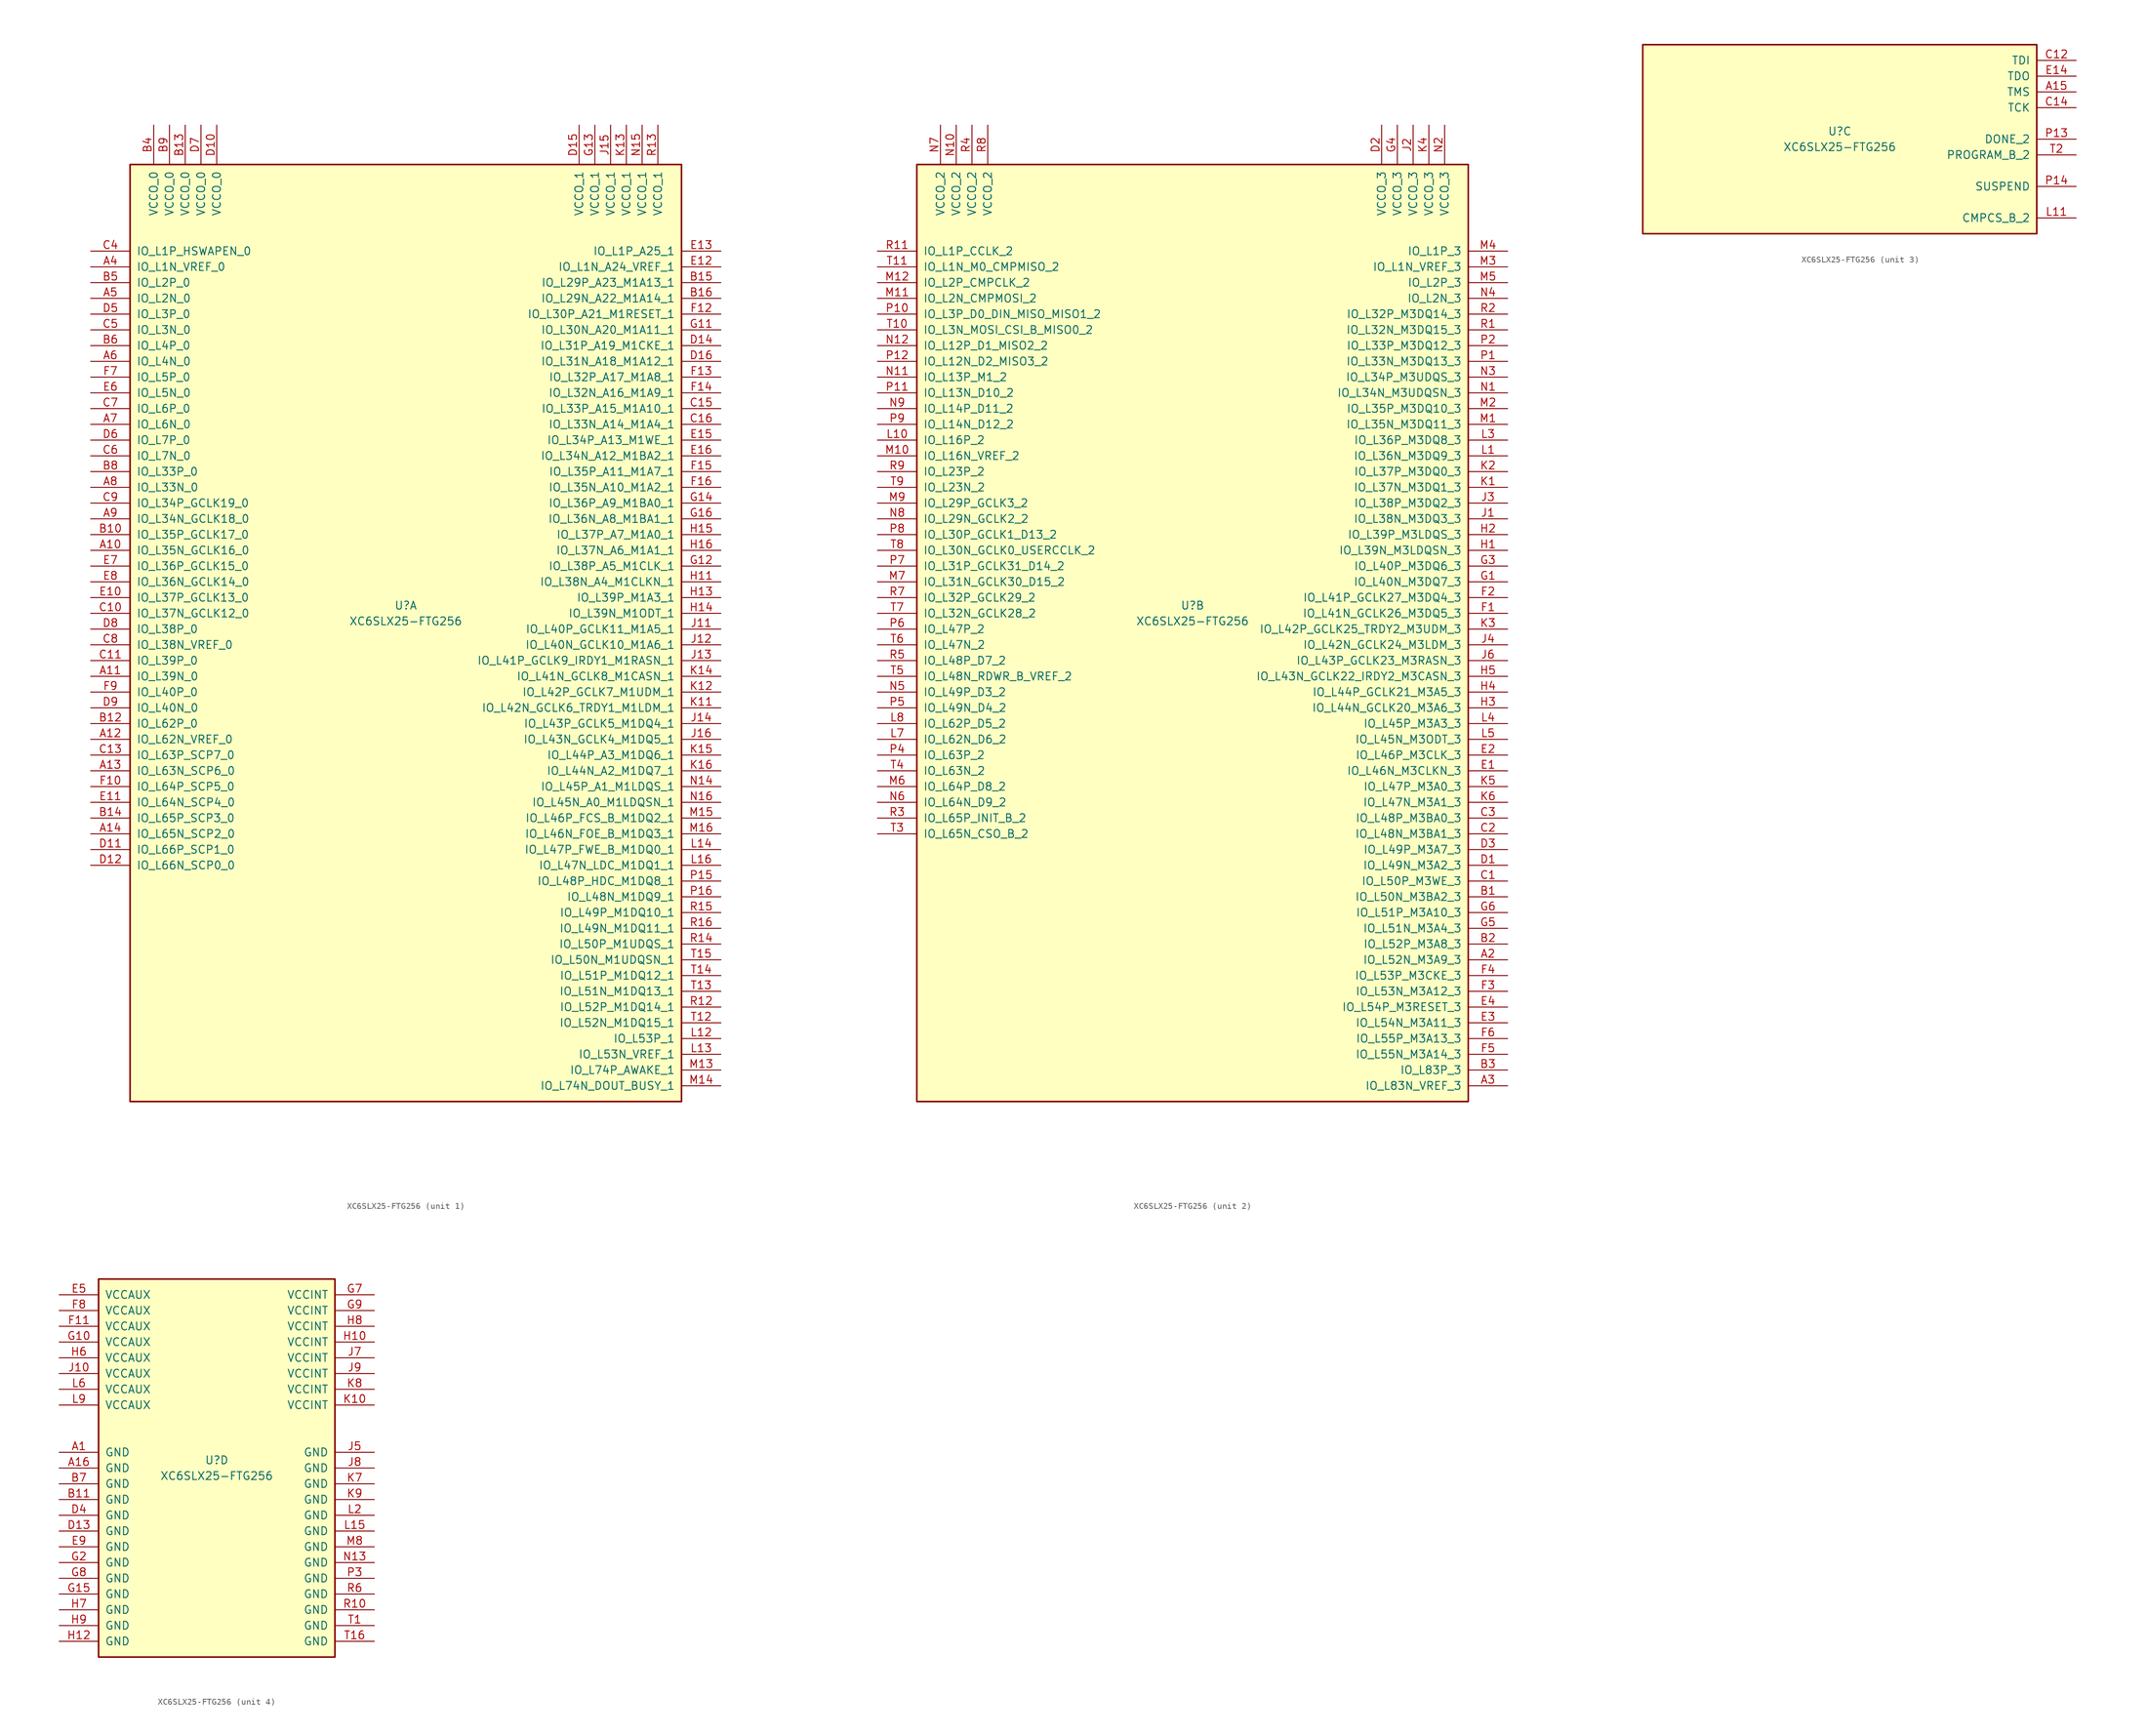
<source format=kicad_sym>
(kicad_symbol_lib
  (version 20220914)
  (generator kicad_symbol_editor)
  (symbol "XC6SLX25-FTG256"
    (pin_names
      (offset 1.016))
    (property "Reference" "U"
      (at 0 1.27 0)
      (effects (font (size 1.27 1.27))))
    (property "Value" "XC6SLX25-FTG256"
      (at 0 -1.27 0)
      (effects (font (size 1.27 1.27))))
    (property "Datasheet" ""
      (at 0 0 0)
      (effects (font (size 1.27 1.27))))
    (property "ki_locked" ""
      (at 0 0 0)
      (effects (font (size 1.27 1.27))))
    (symbol "XC6SLX25-FTG256_1_1"
      (rectangle (start -44.45 72.39) (end 44.45 -78.74) (stroke (width 0.254) (type default)) (fill (type background)))
      (pin bidirectional line (at -50.8 10.16 0) (length 6.35) (name "IO_L35N_GCLK16_0" (effects (font (size 1.27 1.27)))) (number "A10" (effects (font (size 1.27 1.27)))))
      (pin bidirectional line (at -50.8 -10.16 0) (length 6.35) (name "IO_L39N_0" (effects (font (size 1.27 1.27)))) (number "A11" (effects (font (size 1.27 1.27)))))
      (pin bidirectional line (at -50.8 -20.32 0) (length 6.35) (name "IO_L62N_VREF_0" (effects (font (size 1.27 1.27)))) (number "A12" (effects (font (size 1.27 1.27)))))
      (pin bidirectional line (at -50.8 -25.4 0) (length 6.35) (name "IO_L63N_SCP6_0" (effects (font (size 1.27 1.27)))) (number "A13" (effects (font (size 1.27 1.27)))))
      (pin bidirectional line (at -50.8 -35.56 0) (length 6.35) (name "IO_L65N_SCP2_0" (effects (font (size 1.27 1.27)))) (number "A14" (effects (font (size 1.27 1.27)))))
      (pin bidirectional line (at -50.8 55.88 0) (length 6.35) (name "IO_L1N_VREF_0" (effects (font (size 1.27 1.27)))) (number "A4" (effects (font (size 1.27 1.27)))))
      (pin bidirectional line (at -50.8 50.8 0) (length 6.35) (name "IO_L2N_0" (effects (font (size 1.27 1.27)))) (number "A5" (effects (font (size 1.27 1.27)))))
      (pin bidirectional line (at -50.8 40.64 0) (length 6.35) (name "IO_L4N_0" (effects (font (size 1.27 1.27)))) (number "A6" (effects (font (size 1.27 1.27)))))
      (pin bidirectional line (at -50.8 30.48 0) (length 6.35) (name "IO_L6N_0" (effects (font (size 1.27 1.27)))) (number "A7" (effects (font (size 1.27 1.27)))))
      (pin bidirectional line (at -50.8 20.32 0) (length 6.35) (name "IO_L33N_0" (effects (font (size 1.27 1.27)))) (number "A8" (effects (font (size 1.27 1.27)))))
      (pin bidirectional line (at -50.8 15.24 0) (length 6.35) (name "IO_L34N_GCLK18_0" (effects (font (size 1.27 1.27)))) (number "A9" (effects (font (size 1.27 1.27)))))
      (pin bidirectional line (at -50.8 12.7 0) (length 6.35) (name "IO_L35P_GCLK17_0" (effects (font (size 1.27 1.27)))) (number "B10" (effects (font (size 1.27 1.27)))))
      (pin bidirectional line (at -50.8 -17.78 0) (length 6.35) (name "IO_L62P_0" (effects (font (size 1.27 1.27)))) (number "B12" (effects (font (size 1.27 1.27)))))
      (pin power_in line (at -35.56 78.74 270) (length 6.35) (name "VCCO_0" (effects (font (size 1.27 1.27)))) (number "B13" (effects (font (size 1.27 1.27)))))
      (pin bidirectional line (at -50.8 -33.02 0) (length 6.35) (name "IO_L65P_SCP3_0" (effects (font (size 1.27 1.27)))) (number "B14" (effects (font (size 1.27 1.27)))))
      (pin bidirectional line (at 50.8 53.34 180) (length 6.35) (name "IO_L29P_A23_M1A13_1" (effects (font (size 1.27 1.27)))) (number "B15" (effects (font (size 1.27 1.27)))))
      (pin bidirectional line (at 50.8 50.8 180) (length 6.35) (name "IO_L29N_A22_M1A14_1" (effects (font (size 1.27 1.27)))) (number "B16" (effects (font (size 1.27 1.27)))))
      (pin power_in line (at -40.64 78.74 270) (length 6.35) (name "VCCO_0" (effects (font (size 1.27 1.27)))) (number "B4" (effects (font (size 1.27 1.27)))))
      (pin bidirectional line (at -50.8 53.34 0) (length 6.35) (name "IO_L2P_0" (effects (font (size 1.27 1.27)))) (number "B5" (effects (font (size 1.27 1.27)))))
      (pin bidirectional line (at -50.8 43.18 0) (length 6.35) (name "IO_L4P_0" (effects (font (size 1.27 1.27)))) (number "B6" (effects (font (size 1.27 1.27)))))
      (pin bidirectional line (at -50.8 22.86 0) (length 6.35) (name "IO_L33P_0" (effects (font (size 1.27 1.27)))) (number "B8" (effects (font (size 1.27 1.27)))))
      (pin power_in line (at -38.1 78.74 270) (length 6.35) (name "VCCO_0" (effects (font (size 1.27 1.27)))) (number "B9" (effects (font (size 1.27 1.27)))))
      (pin bidirectional line (at -50.8 0 0) (length 6.35) (name "IO_L37N_GCLK12_0" (effects (font (size 1.27 1.27)))) (number "C10" (effects (font (size 1.27 1.27)))))
      (pin bidirectional line (at -50.8 -7.62 0) (length 6.35) (name "IO_L39P_0" (effects (font (size 1.27 1.27)))) (number "C11" (effects (font (size 1.27 1.27)))))
      (pin bidirectional line (at -50.8 -22.86 0) (length 6.35) (name "IO_L63P_SCP7_0" (effects (font (size 1.27 1.27)))) (number "C13" (effects (font (size 1.27 1.27)))))
      (pin bidirectional line (at 50.8 33.02 180) (length 6.35) (name "IO_L33P_A15_M1A10_1" (effects (font (size 1.27 1.27)))) (number "C15" (effects (font (size 1.27 1.27)))))
      (pin bidirectional line (at 50.8 30.48 180) (length 6.35) (name "IO_L33N_A14_M1A4_1" (effects (font (size 1.27 1.27)))) (number "C16" (effects (font (size 1.27 1.27)))))
      (pin bidirectional line (at -50.8 58.42 0) (length 6.35) (name "IO_L1P_HSWAPEN_0" (effects (font (size 1.27 1.27)))) (number "C4" (effects (font (size 1.27 1.27)))))
      (pin bidirectional line (at -50.8 45.72 0) (length 6.35) (name "IO_L3N_0" (effects (font (size 1.27 1.27)))) (number "C5" (effects (font (size 1.27 1.27)))))
      (pin bidirectional line (at -50.8 25.4 0) (length 6.35) (name "IO_L7N_0" (effects (font (size 1.27 1.27)))) (number "C6" (effects (font (size 1.27 1.27)))))
      (pin bidirectional line (at -50.8 33.02 0) (length 6.35) (name "IO_L6P_0" (effects (font (size 1.27 1.27)))) (number "C7" (effects (font (size 1.27 1.27)))))
      (pin bidirectional line (at -50.8 -5.08 0) (length 6.35) (name "IO_L38N_VREF_0" (effects (font (size 1.27 1.27)))) (number "C8" (effects (font (size 1.27 1.27)))))
      (pin bidirectional line (at -50.8 17.78 0) (length 6.35) (name "IO_L34P_GCLK19_0" (effects (font (size 1.27 1.27)))) (number "C9" (effects (font (size 1.27 1.27)))))
      (pin power_in line (at -30.48 78.74 270) (length 6.35) (name "VCCO_0" (effects (font (size 1.27 1.27)))) (number "D10" (effects (font (size 1.27 1.27)))))
      (pin bidirectional line (at -50.8 -38.1 0) (length 6.35) (name "IO_L66P_SCP1_0" (effects (font (size 1.27 1.27)))) (number "D11" (effects (font (size 1.27 1.27)))))
      (pin bidirectional line (at -50.8 -40.64 0) (length 6.35) (name "IO_L66N_SCP0_0" (effects (font (size 1.27 1.27)))) (number "D12" (effects (font (size 1.27 1.27)))))
      (pin bidirectional line (at 50.8 43.18 180) (length 6.35) (name "IO_L31P_A19_M1CKE_1" (effects (font (size 1.27 1.27)))) (number "D14" (effects (font (size 1.27 1.27)))))
      (pin power_in line (at 27.94 78.74 270) (length 6.35) (name "VCCO_1" (effects (font (size 1.27 1.27)))) (number "D15" (effects (font (size 1.27 1.27)))))
      (pin bidirectional line (at 50.8 40.64 180) (length 6.35) (name "IO_L31N_A18_M1A12_1" (effects (font (size 1.27 1.27)))) (number "D16" (effects (font (size 1.27 1.27)))))
      (pin bidirectional line (at -50.8 48.26 0) (length 6.35) (name "IO_L3P_0" (effects (font (size 1.27 1.27)))) (number "D5" (effects (font (size 1.27 1.27)))))
      (pin bidirectional line (at -50.8 27.94 0) (length 6.35) (name "IO_L7P_0" (effects (font (size 1.27 1.27)))) (number "D6" (effects (font (size 1.27 1.27)))))
      (pin power_in line (at -33.02 78.74 270) (length 6.35) (name "VCCO_0" (effects (font (size 1.27 1.27)))) (number "D7" (effects (font (size 1.27 1.27)))))
      (pin bidirectional line (at -50.8 -2.54 0) (length 6.35) (name "IO_L38P_0" (effects (font (size 1.27 1.27)))) (number "D8" (effects (font (size 1.27 1.27)))))
      (pin bidirectional line (at -50.8 -15.24 0) (length 6.35) (name "IO_L40N_0" (effects (font (size 1.27 1.27)))) (number "D9" (effects (font (size 1.27 1.27)))))
      (pin bidirectional line (at -50.8 2.54 0) (length 6.35) (name "IO_L37P_GCLK13_0" (effects (font (size 1.27 1.27)))) (number "E10" (effects (font (size 1.27 1.27)))))
      (pin bidirectional line (at -50.8 -30.48 0) (length 6.35) (name "IO_L64N_SCP4_0" (effects (font (size 1.27 1.27)))) (number "E11" (effects (font (size 1.27 1.27)))))
      (pin bidirectional line (at 50.8 55.88 180) (length 6.35) (name "IO_L1N_A24_VREF_1" (effects (font (size 1.27 1.27)))) (number "E12" (effects (font (size 1.27 1.27)))))
      (pin bidirectional line (at 50.8 58.42 180) (length 6.35) (name "IO_L1P_A25_1" (effects (font (size 1.27 1.27)))) (number "E13" (effects (font (size 1.27 1.27)))))
      (pin bidirectional line (at 50.8 27.94 180) (length 6.35) (name "IO_L34P_A13_M1WE_1" (effects (font (size 1.27 1.27)))) (number "E15" (effects (font (size 1.27 1.27)))))
      (pin bidirectional line (at 50.8 25.4 180) (length 6.35) (name "IO_L34N_A12_M1BA2_1" (effects (font (size 1.27 1.27)))) (number "E16" (effects (font (size 1.27 1.27)))))
      (pin bidirectional line (at -50.8 35.56 0) (length 6.35) (name "IO_L5N_0" (effects (font (size 1.27 1.27)))) (number "E6" (effects (font (size 1.27 1.27)))))
      (pin bidirectional line (at -50.8 7.62 0) (length 6.35) (name "IO_L36P_GCLK15_0" (effects (font (size 1.27 1.27)))) (number "E7" (effects (font (size 1.27 1.27)))))
      (pin bidirectional line (at -50.8 5.08 0) (length 6.35) (name "IO_L36N_GCLK14_0" (effects (font (size 1.27 1.27)))) (number "E8" (effects (font (size 1.27 1.27)))))
      (pin bidirectional line (at -50.8 -27.94 0) (length 6.35) (name "IO_L64P_SCP5_0" (effects (font (size 1.27 1.27)))) (number "F10" (effects (font (size 1.27 1.27)))))
      (pin bidirectional line (at 50.8 48.26 180) (length 6.35) (name "IO_L30P_A21_M1RESET_1" (effects (font (size 1.27 1.27)))) (number "F12" (effects (font (size 1.27 1.27)))))
      (pin bidirectional line (at 50.8 38.1 180) (length 6.35) (name "IO_L32P_A17_M1A8_1" (effects (font (size 1.27 1.27)))) (number "F13" (effects (font (size 1.27 1.27)))))
      (pin bidirectional line (at 50.8 35.56 180) (length 6.35) (name "IO_L32N_A16_M1A9_1" (effects (font (size 1.27 1.27)))) (number "F14" (effects (font (size 1.27 1.27)))))
      (pin bidirectional line (at 50.8 22.86 180) (length 6.35) (name "IO_L35P_A11_M1A7_1" (effects (font (size 1.27 1.27)))) (number "F15" (effects (font (size 1.27 1.27)))))
      (pin bidirectional line (at 50.8 20.32 180) (length 6.35) (name "IO_L35N_A10_M1A2_1" (effects (font (size 1.27 1.27)))) (number "F16" (effects (font (size 1.27 1.27)))))
      (pin bidirectional line (at -50.8 38.1 0) (length 6.35) (name "IO_L5P_0" (effects (font (size 1.27 1.27)))) (number "F7" (effects (font (size 1.27 1.27)))))
      (pin bidirectional line (at -50.8 -12.7 0) (length 6.35) (name "IO_L40P_0" (effects (font (size 1.27 1.27)))) (number "F9" (effects (font (size 1.27 1.27)))))
      (pin bidirectional line (at 50.8 45.72 180) (length 6.35) (name "IO_L30N_A20_M1A11_1" (effects (font (size 1.27 1.27)))) (number "G11" (effects (font (size 1.27 1.27)))))
      (pin bidirectional line (at 50.8 7.62 180) (length 6.35) (name "IO_L38P_A5_M1CLK_1" (effects (font (size 1.27 1.27)))) (number "G12" (effects (font (size 1.27 1.27)))))
      (pin power_in line (at 30.48 78.74 270) (length 6.35) (name "VCCO_1" (effects (font (size 1.27 1.27)))) (number "G13" (effects (font (size 1.27 1.27)))))
      (pin bidirectional line (at 50.8 17.78 180) (length 6.35) (name "IO_L36P_A9_M1BA0_1" (effects (font (size 1.27 1.27)))) (number "G14" (effects (font (size 1.27 1.27)))))
      (pin bidirectional line (at 50.8 15.24 180) (length 6.35) (name "IO_L36N_A8_M1BA1_1" (effects (font (size 1.27 1.27)))) (number "G16" (effects (font (size 1.27 1.27)))))
      (pin bidirectional line (at 50.8 5.08 180) (length 6.35) (name "IO_L38N_A4_M1CLKN_1" (effects (font (size 1.27 1.27)))) (number "H11" (effects (font (size 1.27 1.27)))))
      (pin bidirectional line (at 50.8 2.54 180) (length 6.35) (name "IO_L39P_M1A3_1" (effects (font (size 1.27 1.27)))) (number "H13" (effects (font (size 1.27 1.27)))))
      (pin bidirectional line (at 50.8 0 180) (length 6.35) (name "IO_L39N_M1ODT_1" (effects (font (size 1.27 1.27)))) (number "H14" (effects (font (size 1.27 1.27)))))
      (pin bidirectional line (at 50.8 12.7 180) (length 6.35) (name "IO_L37P_A7_M1A0_1" (effects (font (size 1.27 1.27)))) (number "H15" (effects (font (size 1.27 1.27)))))
      (pin bidirectional line (at 50.8 10.16 180) (length 6.35) (name "IO_L37N_A6_M1A1_1" (effects (font (size 1.27 1.27)))) (number "H16" (effects (font (size 1.27 1.27)))))
      (pin bidirectional line (at 50.8 -2.54 180) (length 6.35) (name "IO_L40P_GCLK11_M1A5_1" (effects (font (size 1.27 1.27)))) (number "J11" (effects (font (size 1.27 1.27)))))
      (pin bidirectional line (at 50.8 -5.08 180) (length 6.35) (name "IO_L40N_GCLK10_M1A6_1" (effects (font (size 1.27 1.27)))) (number "J12" (effects (font (size 1.27 1.27)))))
      (pin bidirectional line (at 50.8 -7.62 180) (length 6.35) (name "IO_L41P_GCLK9_IRDY1_M1RASN_1" (effects (font (size 1.27 1.27)))) (number "J13" (effects (font (size 1.27 1.27)))))
      (pin bidirectional line (at 50.8 -17.78 180) (length 6.35) (name "IO_L43P_GCLK5_M1DQ4_1" (effects (font (size 1.27 1.27)))) (number "J14" (effects (font (size 1.27 1.27)))))
      (pin power_in line (at 33.02 78.74 270) (length 6.35) (name "VCCO_1" (effects (font (size 1.27 1.27)))) (number "J15" (effects (font (size 1.27 1.27)))))
      (pin bidirectional line (at 50.8 -20.32 180) (length 6.35) (name "IO_L43N_GCLK4_M1DQ5_1" (effects (font (size 1.27 1.27)))) (number "J16" (effects (font (size 1.27 1.27)))))
      (pin bidirectional line (at 50.8 -15.24 180) (length 6.35) (name "IO_L42N_GCLK6_TRDY1_M1LDM_1" (effects (font (size 1.27 1.27)))) (number "K11" (effects (font (size 1.27 1.27)))))
      (pin bidirectional line (at 50.8 -12.7 180) (length 6.35) (name "IO_L42P_GCLK7_M1UDM_1" (effects (font (size 1.27 1.27)))) (number "K12" (effects (font (size 1.27 1.27)))))
      (pin power_in line (at 35.56 78.74 270) (length 6.35) (name "VCCO_1" (effects (font (size 1.27 1.27)))) (number "K13" (effects (font (size 1.27 1.27)))))
      (pin bidirectional line (at 50.8 -10.16 180) (length 6.35) (name "IO_L41N_GCLK8_M1CASN_1" (effects (font (size 1.27 1.27)))) (number "K14" (effects (font (size 1.27 1.27)))))
      (pin bidirectional line (at 50.8 -22.86 180) (length 6.35) (name "IO_L44P_A3_M1DQ6_1" (effects (font (size 1.27 1.27)))) (number "K15" (effects (font (size 1.27 1.27)))))
      (pin bidirectional line (at 50.8 -25.4 180) (length 6.35) (name "IO_L44N_A2_M1DQ7_1" (effects (font (size 1.27 1.27)))) (number "K16" (effects (font (size 1.27 1.27)))))
      (pin bidirectional line (at 50.8 -68.58 180) (length 6.35) (name "IO_L53P_1" (effects (font (size 1.27 1.27)))) (number "L12" (effects (font (size 1.27 1.27)))))
      (pin bidirectional line (at 50.8 -71.12 180) (length 6.35) (name "IO_L53N_VREF_1" (effects (font (size 1.27 1.27)))) (number "L13" (effects (font (size 1.27 1.27)))))
      (pin bidirectional line (at 50.8 -38.1 180) (length 6.35) (name "IO_L47P_FWE_B_M1DQ0_1" (effects (font (size 1.27 1.27)))) (number "L14" (effects (font (size 1.27 1.27)))))
      (pin bidirectional line (at 50.8 -40.64 180) (length 6.35) (name "IO_L47N_LDC_M1DQ1_1" (effects (font (size 1.27 1.27)))) (number "L16" (effects (font (size 1.27 1.27)))))
      (pin bidirectional line (at 50.8 -73.66 180) (length 6.35) (name "IO_L74P_AWAKE_1" (effects (font (size 1.27 1.27)))) (number "M13" (effects (font (size 1.27 1.27)))))
      (pin bidirectional line (at 50.8 -76.2 180) (length 6.35) (name "IO_L74N_DOUT_BUSY_1" (effects (font (size 1.27 1.27)))) (number "M14" (effects (font (size 1.27 1.27)))))
      (pin bidirectional line (at 50.8 -33.02 180) (length 6.35) (name "IO_L46P_FCS_B_M1DQ2_1" (effects (font (size 1.27 1.27)))) (number "M15" (effects (font (size 1.27 1.27)))))
      (pin bidirectional line (at 50.8 -35.56 180) (length 6.35) (name "IO_L46N_FOE_B_M1DQ3_1" (effects (font (size 1.27 1.27)))) (number "M16" (effects (font (size 1.27 1.27)))))
      (pin bidirectional line (at 50.8 -27.94 180) (length 6.35) (name "IO_L45P_A1_M1LDQS_1" (effects (font (size 1.27 1.27)))) (number "N14" (effects (font (size 1.27 1.27)))))
      (pin power_in line (at 38.1 78.74 270) (length 6.35) (name "VCCO_1" (effects (font (size 1.27 1.27)))) (number "N15" (effects (font (size 1.27 1.27)))))
      (pin bidirectional line (at 50.8 -30.48 180) (length 6.35) (name "IO_L45N_A0_M1LDQSN_1" (effects (font (size 1.27 1.27)))) (number "N16" (effects (font (size 1.27 1.27)))))
      (pin bidirectional line (at 50.8 -43.18 180) (length 6.35) (name "IO_L48P_HDC_M1DQ8_1" (effects (font (size 1.27 1.27)))) (number "P15" (effects (font (size 1.27 1.27)))))
      (pin bidirectional line (at 50.8 -45.72 180) (length 6.35) (name "IO_L48N_M1DQ9_1" (effects (font (size 1.27 1.27)))) (number "P16" (effects (font (size 1.27 1.27)))))
      (pin bidirectional line (at 50.8 -63.5 180) (length 6.35) (name "IO_L52P_M1DQ14_1" (effects (font (size 1.27 1.27)))) (number "R12" (effects (font (size 1.27 1.27)))))
      (pin power_in line (at 40.64 78.74 270) (length 6.35) (name "VCCO_1" (effects (font (size 1.27 1.27)))) (number "R13" (effects (font (size 1.27 1.27)))))
      (pin bidirectional line (at 50.8 -53.34 180) (length 6.35) (name "IO_L50P_M1UDQS_1" (effects (font (size 1.27 1.27)))) (number "R14" (effects (font (size 1.27 1.27)))))
      (pin bidirectional line (at 50.8 -48.26 180) (length 6.35) (name "IO_L49P_M1DQ10_1" (effects (font (size 1.27 1.27)))) (number "R15" (effects (font (size 1.27 1.27)))))
      (pin bidirectional line (at 50.8 -50.8 180) (length 6.35) (name "IO_L49N_M1DQ11_1" (effects (font (size 1.27 1.27)))) (number "R16" (effects (font (size 1.27 1.27)))))
      (pin bidirectional line (at 50.8 -66.04 180) (length 6.35) (name "IO_L52N_M1DQ15_1" (effects (font (size 1.27 1.27)))) (number "T12" (effects (font (size 1.27 1.27)))))
      (pin bidirectional line (at 50.8 -60.96 180) (length 6.35) (name "IO_L51N_M1DQ13_1" (effects (font (size 1.27 1.27)))) (number "T13" (effects (font (size 1.27 1.27)))))
      (pin bidirectional line (at 50.8 -58.42 180) (length 6.35) (name "IO_L51P_M1DQ12_1" (effects (font (size 1.27 1.27)))) (number "T14" (effects (font (size 1.27 1.27)))))
      (pin bidirectional line (at 50.8 -55.88 180) (length 6.35) (name "IO_L50N_M1UDQSN_1" (effects (font (size 1.27 1.27)))) (number "T15" (effects (font (size 1.27 1.27))))))
    (symbol "XC6SLX25-FTG256_2_1"
      (rectangle (start -44.45 72.39) (end 44.45 -78.74) (stroke (width 0.254) (type default)) (fill (type background)))
      (pin bidirectional line (at 50.8 -55.88 180) (length 6.35) (name "IO_L52N_M3A9_3" (effects (font (size 1.27 1.27)))) (number "A2" (effects (font (size 1.27 1.27)))))
      (pin bidirectional line (at 50.8 -76.2 180) (length 6.35) (name "IO_L83N_VREF_3" (effects (font (size 1.27 1.27)))) (number "A3" (effects (font (size 1.27 1.27)))))
      (pin bidirectional line (at 50.8 -45.72 180) (length 6.35) (name "IO_L50N_M3BA2_3" (effects (font (size 1.27 1.27)))) (number "B1" (effects (font (size 1.27 1.27)))))
      (pin bidirectional line (at 50.8 -53.34 180) (length 6.35) (name "IO_L52P_M3A8_3" (effects (font (size 1.27 1.27)))) (number "B2" (effects (font (size 1.27 1.27)))))
      (pin bidirectional line (at 50.8 -73.66 180) (length 6.35) (name "IO_L83P_3" (effects (font (size 1.27 1.27)))) (number "B3" (effects (font (size 1.27 1.27)))))
      (pin bidirectional line (at 50.8 -43.18 180) (length 6.35) (name "IO_L50P_M3WE_3" (effects (font (size 1.27 1.27)))) (number "C1" (effects (font (size 1.27 1.27)))))
      (pin bidirectional line (at 50.8 -35.56 180) (length 6.35) (name "IO_L48N_M3BA1_3" (effects (font (size 1.27 1.27)))) (number "C2" (effects (font (size 1.27 1.27)))))
      (pin bidirectional line (at 50.8 -33.02 180) (length 6.35) (name "IO_L48P_M3BA0_3" (effects (font (size 1.27 1.27)))) (number "C3" (effects (font (size 1.27 1.27)))))
      (pin bidirectional line (at 50.8 -40.64 180) (length 6.35) (name "IO_L49N_M3A2_3" (effects (font (size 1.27 1.27)))) (number "D1" (effects (font (size 1.27 1.27)))))
      (pin power_in line (at 30.48 78.74 270) (length 6.35) (name "VCCO_3" (effects (font (size 1.27 1.27)))) (number "D2" (effects (font (size 1.27 1.27)))))
      (pin bidirectional line (at 50.8 -38.1 180) (length 6.35) (name "IO_L49P_M3A7_3" (effects (font (size 1.27 1.27)))) (number "D3" (effects (font (size 1.27 1.27)))))
      (pin bidirectional line (at 50.8 -25.4 180) (length 6.35) (name "IO_L46N_M3CLKN_3" (effects (font (size 1.27 1.27)))) (number "E1" (effects (font (size 1.27 1.27)))))
      (pin bidirectional line (at 50.8 -22.86 180) (length 6.35) (name "IO_L46P_M3CLK_3" (effects (font (size 1.27 1.27)))) (number "E2" (effects (font (size 1.27 1.27)))))
      (pin bidirectional line (at 50.8 -66.04 180) (length 6.35) (name "IO_L54N_M3A11_3" (effects (font (size 1.27 1.27)))) (number "E3" (effects (font (size 1.27 1.27)))))
      (pin bidirectional line (at 50.8 -63.5 180) (length 6.35) (name "IO_L54P_M3RESET_3" (effects (font (size 1.27 1.27)))) (number "E4" (effects (font (size 1.27 1.27)))))
      (pin bidirectional line (at 50.8 0 180) (length 6.35) (name "IO_L41N_GCLK26_M3DQ5_3" (effects (font (size 1.27 1.27)))) (number "F1" (effects (font (size 1.27 1.27)))))
      (pin bidirectional line (at 50.8 2.54 180) (length 6.35) (name "IO_L41P_GCLK27_M3DQ4_3" (effects (font (size 1.27 1.27)))) (number "F2" (effects (font (size 1.27 1.27)))))
      (pin bidirectional line (at 50.8 -60.96 180) (length 6.35) (name "IO_L53N_M3A12_3" (effects (font (size 1.27 1.27)))) (number "F3" (effects (font (size 1.27 1.27)))))
      (pin bidirectional line (at 50.8 -58.42 180) (length 6.35) (name "IO_L53P_M3CKE_3" (effects (font (size 1.27 1.27)))) (number "F4" (effects (font (size 1.27 1.27)))))
      (pin bidirectional line (at 50.8 -71.12 180) (length 6.35) (name "IO_L55N_M3A14_3" (effects (font (size 1.27 1.27)))) (number "F5" (effects (font (size 1.27 1.27)))))
      (pin bidirectional line (at 50.8 -68.58 180) (length 6.35) (name "IO_L55P_M3A13_3" (effects (font (size 1.27 1.27)))) (number "F6" (effects (font (size 1.27 1.27)))))
      (pin bidirectional line (at 50.8 5.08 180) (length 6.35) (name "IO_L40N_M3DQ7_3" (effects (font (size 1.27 1.27)))) (number "G1" (effects (font (size 1.27 1.27)))))
      (pin bidirectional line (at 50.8 7.62 180) (length 6.35) (name "IO_L40P_M3DQ6_3" (effects (font (size 1.27 1.27)))) (number "G3" (effects (font (size 1.27 1.27)))))
      (pin power_in line (at 33.02 78.74 270) (length 6.35) (name "VCCO_3" (effects (font (size 1.27 1.27)))) (number "G4" (effects (font (size 1.27 1.27)))))
      (pin bidirectional line (at 50.8 -50.8 180) (length 6.35) (name "IO_L51N_M3A4_3" (effects (font (size 1.27 1.27)))) (number "G5" (effects (font (size 1.27 1.27)))))
      (pin bidirectional line (at 50.8 -48.26 180) (length 6.35) (name "IO_L51P_M3A10_3" (effects (font (size 1.27 1.27)))) (number "G6" (effects (font (size 1.27 1.27)))))
      (pin bidirectional line (at 50.8 10.16 180) (length 6.35) (name "IO_L39N_M3LDQSN_3" (effects (font (size 1.27 1.27)))) (number "H1" (effects (font (size 1.27 1.27)))))
      (pin bidirectional line (at 50.8 12.7 180) (length 6.35) (name "IO_L39P_M3LDQS_3" (effects (font (size 1.27 1.27)))) (number "H2" (effects (font (size 1.27 1.27)))))
      (pin bidirectional line (at 50.8 -15.24 180) (length 6.35) (name "IO_L44N_GCLK20_M3A6_3" (effects (font (size 1.27 1.27)))) (number "H3" (effects (font (size 1.27 1.27)))))
      (pin bidirectional line (at 50.8 -12.7 180) (length 6.35) (name "IO_L44P_GCLK21_M3A5_3" (effects (font (size 1.27 1.27)))) (number "H4" (effects (font (size 1.27 1.27)))))
      (pin bidirectional line (at 50.8 -10.16 180) (length 6.35) (name "IO_L43N_GCLK22_IRDY2_M3CASN_3" (effects (font (size 1.27 1.27)))) (number "H5" (effects (font (size 1.27 1.27)))))
      (pin bidirectional line (at 50.8 15.24 180) (length 6.35) (name "IO_L38N_M3DQ3_3" (effects (font (size 1.27 1.27)))) (number "J1" (effects (font (size 1.27 1.27)))))
      (pin power_in line (at 35.56 78.74 270) (length 6.35) (name "VCCO_3" (effects (font (size 1.27 1.27)))) (number "J2" (effects (font (size 1.27 1.27)))))
      (pin bidirectional line (at 50.8 17.78 180) (length 6.35) (name "IO_L38P_M3DQ2_3" (effects (font (size 1.27 1.27)))) (number "J3" (effects (font (size 1.27 1.27)))))
      (pin bidirectional line (at 50.8 -5.08 180) (length 6.35) (name "IO_L42N_GCLK24_M3LDM_3" (effects (font (size 1.27 1.27)))) (number "J4" (effects (font (size 1.27 1.27)))))
      (pin bidirectional line (at 50.8 -7.62 180) (length 6.35) (name "IO_L43P_GCLK23_M3RASN_3" (effects (font (size 1.27 1.27)))) (number "J6" (effects (font (size 1.27 1.27)))))
      (pin bidirectional line (at 50.8 20.32 180) (length 6.35) (name "IO_L37N_M3DQ1_3" (effects (font (size 1.27 1.27)))) (number "K1" (effects (font (size 1.27 1.27)))))
      (pin bidirectional line (at 50.8 22.86 180) (length 6.35) (name "IO_L37P_M3DQ0_3" (effects (font (size 1.27 1.27)))) (number "K2" (effects (font (size 1.27 1.27)))))
      (pin bidirectional line (at 50.8 -2.54 180) (length 6.35) (name "IO_L42P_GCLK25_TRDY2_M3UDM_3" (effects (font (size 1.27 1.27)))) (number "K3" (effects (font (size 1.27 1.27)))))
      (pin power_in line (at 38.1 78.74 270) (length 6.35) (name "VCCO_3" (effects (font (size 1.27 1.27)))) (number "K4" (effects (font (size 1.27 1.27)))))
      (pin bidirectional line (at 50.8 -27.94 180) (length 6.35) (name "IO_L47P_M3A0_3" (effects (font (size 1.27 1.27)))) (number "K5" (effects (font (size 1.27 1.27)))))
      (pin bidirectional line (at 50.8 -30.48 180) (length 6.35) (name "IO_L47N_M3A1_3" (effects (font (size 1.27 1.27)))) (number "K6" (effects (font (size 1.27 1.27)))))
      (pin bidirectional line (at 50.8 25.4 180) (length 6.35) (name "IO_L36N_M3DQ9_3" (effects (font (size 1.27 1.27)))) (number "L1" (effects (font (size 1.27 1.27)))))
      (pin bidirectional line (at -50.8 27.94 0) (length 6.35) (name "IO_L16P_2" (effects (font (size 1.27 1.27)))) (number "L10" (effects (font (size 1.27 1.27)))))
      (pin bidirectional line (at 50.8 27.94 180) (length 6.35) (name "IO_L36P_M3DQ8_3" (effects (font (size 1.27 1.27)))) (number "L3" (effects (font (size 1.27 1.27)))))
      (pin bidirectional line (at 50.8 -17.78 180) (length 6.35) (name "IO_L45P_M3A3_3" (effects (font (size 1.27 1.27)))) (number "L4" (effects (font (size 1.27 1.27)))))
      (pin bidirectional line (at 50.8 -20.32 180) (length 6.35) (name "IO_L45N_M3ODT_3" (effects (font (size 1.27 1.27)))) (number "L5" (effects (font (size 1.27 1.27)))))
      (pin bidirectional line (at -50.8 -20.32 0) (length 6.35) (name "IO_L62N_D6_2" (effects (font (size 1.27 1.27)))) (number "L7" (effects (font (size 1.27 1.27)))))
      (pin bidirectional line (at -50.8 -17.78 0) (length 6.35) (name "IO_L62P_D5_2" (effects (font (size 1.27 1.27)))) (number "L8" (effects (font (size 1.27 1.27)))))
      (pin bidirectional line (at 50.8 30.48 180) (length 6.35) (name "IO_L35N_M3DQ11_3" (effects (font (size 1.27 1.27)))) (number "M1" (effects (font (size 1.27 1.27)))))
      (pin bidirectional line (at -50.8 25.4 0) (length 6.35) (name "IO_L16N_VREF_2" (effects (font (size 1.27 1.27)))) (number "M10" (effects (font (size 1.27 1.27)))))
      (pin bidirectional line (at -50.8 50.8 0) (length 6.35) (name "IO_L2N_CMPMOSI_2" (effects (font (size 1.27 1.27)))) (number "M11" (effects (font (size 1.27 1.27)))))
      (pin bidirectional line (at -50.8 53.34 0) (length 6.35) (name "IO_L2P_CMPCLK_2" (effects (font (size 1.27 1.27)))) (number "M12" (effects (font (size 1.27 1.27)))))
      (pin bidirectional line (at 50.8 33.02 180) (length 6.35) (name "IO_L35P_M3DQ10_3" (effects (font (size 1.27 1.27)))) (number "M2" (effects (font (size 1.27 1.27)))))
      (pin bidirectional line (at 50.8 55.88 180) (length 6.35) (name "IO_L1N_VREF_3" (effects (font (size 1.27 1.27)))) (number "M3" (effects (font (size 1.27 1.27)))))
      (pin bidirectional line (at 50.8 58.42 180) (length 6.35) (name "IO_L1P_3" (effects (font (size 1.27 1.27)))) (number "M4" (effects (font (size 1.27 1.27)))))
      (pin bidirectional line (at 50.8 53.34 180) (length 6.35) (name "IO_L2P_3" (effects (font (size 1.27 1.27)))) (number "M5" (effects (font (size 1.27 1.27)))))
      (pin bidirectional line (at -50.8 -27.94 0) (length 6.35) (name "IO_L64P_D8_2" (effects (font (size 1.27 1.27)))) (number "M6" (effects (font (size 1.27 1.27)))))
      (pin bidirectional line (at -50.8 5.08 0) (length 6.35) (name "IO_L31N_GCLK30_D15_2" (effects (font (size 1.27 1.27)))) (number "M7" (effects (font (size 1.27 1.27)))))
      (pin bidirectional line (at -50.8 17.78 0) (length 6.35) (name "IO_L29P_GCLK3_2" (effects (font (size 1.27 1.27)))) (number "M9" (effects (font (size 1.27 1.27)))))
      (pin bidirectional line (at 50.8 35.56 180) (length 6.35) (name "IO_L34N_M3UDQSN_3" (effects (font (size 1.27 1.27)))) (number "N1" (effects (font (size 1.27 1.27)))))
      (pin power_in line (at -38.1 78.74 270) (length 6.35) (name "VCCO_2" (effects (font (size 1.27 1.27)))) (number "N10" (effects (font (size 1.27 1.27)))))
      (pin bidirectional line (at -50.8 38.1 0) (length 6.35) (name "IO_L13P_M1_2" (effects (font (size 1.27 1.27)))) (number "N11" (effects (font (size 1.27 1.27)))))
      (pin bidirectional line (at -50.8 43.18 0) (length 6.35) (name "IO_L12P_D1_MISO2_2" (effects (font (size 1.27 1.27)))) (number "N12" (effects (font (size 1.27 1.27)))))
      (pin power_in line (at 40.64 78.74 270) (length 6.35) (name "VCCO_3" (effects (font (size 1.27 1.27)))) (number "N2" (effects (font (size 1.27 1.27)))))
      (pin bidirectional line (at 50.8 38.1 180) (length 6.35) (name "IO_L34P_M3UDQS_3" (effects (font (size 1.27 1.27)))) (number "N3" (effects (font (size 1.27 1.27)))))
      (pin bidirectional line (at 50.8 50.8 180) (length 6.35) (name "IO_L2N_3" (effects (font (size 1.27 1.27)))) (number "N4" (effects (font (size 1.27 1.27)))))
      (pin bidirectional line (at -50.8 -12.7 0) (length 6.35) (name "IO_L49P_D3_2" (effects (font (size 1.27 1.27)))) (number "N5" (effects (font (size 1.27 1.27)))))
      (pin bidirectional line (at -50.8 -30.48 0) (length 6.35) (name "IO_L64N_D9_2" (effects (font (size 1.27 1.27)))) (number "N6" (effects (font (size 1.27 1.27)))))
      (pin power_in line (at -40.64 78.74 270) (length 6.35) (name "VCCO_2" (effects (font (size 1.27 1.27)))) (number "N7" (effects (font (size 1.27 1.27)))))
      (pin bidirectional line (at -50.8 15.24 0) (length 6.35) (name "IO_L29N_GCLK2_2" (effects (font (size 1.27 1.27)))) (number "N8" (effects (font (size 1.27 1.27)))))
      (pin bidirectional line (at -50.8 33.02 0) (length 6.35) (name "IO_L14P_D11_2" (effects (font (size 1.27 1.27)))) (number "N9" (effects (font (size 1.27 1.27)))))
      (pin bidirectional line (at 50.8 40.64 180) (length 6.35) (name "IO_L33N_M3DQ13_3" (effects (font (size 1.27 1.27)))) (number "P1" (effects (font (size 1.27 1.27)))))
      (pin bidirectional line (at -50.8 48.26 0) (length 6.35) (name "IO_L3P_D0_DIN_MISO_MISO1_2" (effects (font (size 1.27 1.27)))) (number "P10" (effects (font (size 1.27 1.27)))))
      (pin bidirectional line (at -50.8 35.56 0) (length 6.35) (name "IO_L13N_D10_2" (effects (font (size 1.27 1.27)))) (number "P11" (effects (font (size 1.27 1.27)))))
      (pin bidirectional line (at -50.8 40.64 0) (length 6.35) (name "IO_L12N_D2_MISO3_2" (effects (font (size 1.27 1.27)))) (number "P12" (effects (font (size 1.27 1.27)))))
      (pin bidirectional line (at 50.8 43.18 180) (length 6.35) (name "IO_L33P_M3DQ12_3" (effects (font (size 1.27 1.27)))) (number "P2" (effects (font (size 1.27 1.27)))))
      (pin bidirectional line (at -50.8 -22.86 0) (length 6.35) (name "IO_L63P_2" (effects (font (size 1.27 1.27)))) (number "P4" (effects (font (size 1.27 1.27)))))
      (pin bidirectional line (at -50.8 -15.24 0) (length 6.35) (name "IO_L49N_D4_2" (effects (font (size 1.27 1.27)))) (number "P5" (effects (font (size 1.27 1.27)))))
      (pin bidirectional line (at -50.8 -2.54 0) (length 6.35) (name "IO_L47P_2" (effects (font (size 1.27 1.27)))) (number "P6" (effects (font (size 1.27 1.27)))))
      (pin bidirectional line (at -50.8 7.62 0) (length 6.35) (name "IO_L31P_GCLK31_D14_2" (effects (font (size 1.27 1.27)))) (number "P7" (effects (font (size 1.27 1.27)))))
      (pin bidirectional line (at -50.8 12.7 0) (length 6.35) (name "IO_L30P_GCLK1_D13_2" (effects (font (size 1.27 1.27)))) (number "P8" (effects (font (size 1.27 1.27)))))
      (pin bidirectional line (at -50.8 30.48 0) (length 6.35) (name "IO_L14N_D12_2" (effects (font (size 1.27 1.27)))) (number "P9" (effects (font (size 1.27 1.27)))))
      (pin bidirectional line (at 50.8 45.72 180) (length 6.35) (name "IO_L32N_M3DQ15_3" (effects (font (size 1.27 1.27)))) (number "R1" (effects (font (size 1.27 1.27)))))
      (pin bidirectional line (at -50.8 58.42 0) (length 6.35) (name "IO_L1P_CCLK_2" (effects (font (size 1.27 1.27)))) (number "R11" (effects (font (size 1.27 1.27)))))
      (pin bidirectional line (at 50.8 48.26 180) (length 6.35) (name "IO_L32P_M3DQ14_3" (effects (font (size 1.27 1.27)))) (number "R2" (effects (font (size 1.27 1.27)))))
      (pin bidirectional line (at -50.8 -33.02 0) (length 6.35) (name "IO_L65P_INIT_B_2" (effects (font (size 1.27 1.27)))) (number "R3" (effects (font (size 1.27 1.27)))))
      (pin power_in line (at -35.56 78.74 270) (length 6.35) (name "VCCO_2" (effects (font (size 1.27 1.27)))) (number "R4" (effects (font (size 1.27 1.27)))))
      (pin bidirectional line (at -50.8 -7.62 0) (length 6.35) (name "IO_L48P_D7_2" (effects (font (size 1.27 1.27)))) (number "R5" (effects (font (size 1.27 1.27)))))
      (pin bidirectional line (at -50.8 2.54 0) (length 6.35) (name "IO_L32P_GCLK29_2" (effects (font (size 1.27 1.27)))) (number "R7" (effects (font (size 1.27 1.27)))))
      (pin power_in line (at -33.02 78.74 270) (length 6.35) (name "VCCO_2" (effects (font (size 1.27 1.27)))) (number "R8" (effects (font (size 1.27 1.27)))))
      (pin bidirectional line (at -50.8 22.86 0) (length 6.35) (name "IO_L23P_2" (effects (font (size 1.27 1.27)))) (number "R9" (effects (font (size 1.27 1.27)))))
      (pin bidirectional line (at -50.8 45.72 0) (length 6.35) (name "IO_L3N_MOSI_CSI_B_MISO0_2" (effects (font (size 1.27 1.27)))) (number "T10" (effects (font (size 1.27 1.27)))))
      (pin bidirectional line (at -50.8 55.88 0) (length 6.35) (name "IO_L1N_M0_CMPMISO_2" (effects (font (size 1.27 1.27)))) (number "T11" (effects (font (size 1.27 1.27)))))
      (pin bidirectional line (at -50.8 -35.56 0) (length 6.35) (name "IO_L65N_CSO_B_2" (effects (font (size 1.27 1.27)))) (number "T3" (effects (font (size 1.27 1.27)))))
      (pin bidirectional line (at -50.8 -25.4 0) (length 6.35) (name "IO_L63N_2" (effects (font (size 1.27 1.27)))) (number "T4" (effects (font (size 1.27 1.27)))))
      (pin bidirectional line (at -50.8 -10.16 0) (length 6.35) (name "IO_L48N_RDWR_B_VREF_2" (effects (font (size 1.27 1.27)))) (number "T5" (effects (font (size 1.27 1.27)))))
      (pin bidirectional line (at -50.8 -5.08 0) (length 6.35) (name "IO_L47N_2" (effects (font (size 1.27 1.27)))) (number "T6" (effects (font (size 1.27 1.27)))))
      (pin bidirectional line (at -50.8 0 0) (length 6.35) (name "IO_L32N_GCLK28_2" (effects (font (size 1.27 1.27)))) (number "T7" (effects (font (size 1.27 1.27)))))
      (pin bidirectional line (at -50.8 10.16 0) (length 6.35) (name "IO_L30N_GCLK0_USERCCLK_2" (effects (font (size 1.27 1.27)))) (number "T8" (effects (font (size 1.27 1.27)))))
      (pin bidirectional line (at -50.8 20.32 0) (length 6.35) (name "IO_L23N_2" (effects (font (size 1.27 1.27)))) (number "T9" (effects (font (size 1.27 1.27))))))
    (symbol "XC6SLX25-FTG256_3_1"
      (rectangle (start -31.75 15.24) (end 31.75 -15.24) (stroke (width 0.254) (type default)) (fill (type background)))
      (pin bidirectional line (at 38.1 7.62 180) (length 6.35) (name "TMS" (effects (font (size 1.27 1.27)))) (number "A15" (effects (font (size 1.27 1.27)))))
      (pin bidirectional line (at 38.1 12.7 180) (length 6.35) (name "TDI" (effects (font (size 1.27 1.27)))) (number "C12" (effects (font (size 1.27 1.27)))))
      (pin bidirectional line (at 38.1 5.08 180) (length 6.35) (name "TCK" (effects (font (size 1.27 1.27)))) (number "C14" (effects (font (size 1.27 1.27)))))
      (pin bidirectional line (at 38.1 10.16 180) (length 6.35) (name "TDO" (effects (font (size 1.27 1.27)))) (number "E14" (effects (font (size 1.27 1.27)))))
      (pin bidirectional line (at 38.1 -12.7 180) (length 6.35) (name "CMPCS_B_2" (effects (font (size 1.27 1.27)))) (number "L11" (effects (font (size 1.27 1.27)))))
      (pin bidirectional line (at 38.1 0 180) (length 6.35) (name "DONE_2" (effects (font (size 1.27 1.27)))) (number "P13" (effects (font (size 1.27 1.27)))))
      (pin bidirectional line (at 38.1 -7.62 180) (length 6.35) (name "SUSPEND" (effects (font (size 1.27 1.27)))) (number "P14" (effects (font (size 1.27 1.27)))))
      (pin bidirectional line (at 38.1 -2.54 180) (length 6.35) (name "PROGRAM_B_2" (effects (font (size 1.27 1.27)))) (number "T2" (effects (font (size 1.27 1.27))))))
    (symbol "XC6SLX25-FTG256_4_1"
      (rectangle (start -19.05 30.48) (end 19.05 -30.48) (stroke (width 0.254) (type default)) (fill (type background)))
      (pin power_in line (at -25.4 2.54 0) (length 6.35) (name "GND" (effects (font (size 1.27 1.27)))) (number "A1" (effects (font (size 1.27 1.27)))))
      (pin power_in line (at -25.4 0 0) (length 6.35) (name "GND" (effects (font (size 1.27 1.27)))) (number "A16" (effects (font (size 1.27 1.27)))))
      (pin power_in line (at -25.4 -5.08 0) (length 6.35) (name "GND" (effects (font (size 1.27 1.27)))) (number "B11" (effects (font (size 1.27 1.27)))))
      (pin power_in line (at -25.4 -2.54 0) (length 6.35) (name "GND" (effects (font (size 1.27 1.27)))) (number "B7" (effects (font (size 1.27 1.27)))))
      (pin power_in line (at -25.4 -10.16 0) (length 6.35) (name "GND" (effects (font (size 1.27 1.27)))) (number "D13" (effects (font (size 1.27 1.27)))))
      (pin power_in line (at -25.4 -7.62 0) (length 6.35) (name "GND" (effects (font (size 1.27 1.27)))) (number "D4" (effects (font (size 1.27 1.27)))))
      (pin power_in line (at -25.4 27.94 0) (length 6.35) (name "VCCAUX" (effects (font (size 1.27 1.27)))) (number "E5" (effects (font (size 1.27 1.27)))))
      (pin power_in line (at -25.4 -12.7 0) (length 6.35) (name "GND" (effects (font (size 1.27 1.27)))) (number "E9" (effects (font (size 1.27 1.27)))))
      (pin power_in line (at -25.4 22.86 0) (length 6.35) (name "VCCAUX" (effects (font (size 1.27 1.27)))) (number "F11" (effects (font (size 1.27 1.27)))))
      (pin power_in line (at -25.4 25.4 0) (length 6.35) (name "VCCAUX" (effects (font (size 1.27 1.27)))) (number "F8" (effects (font (size 1.27 1.27)))))
      (pin power_in line (at -25.4 20.32 0) (length 6.35) (name "VCCAUX" (effects (font (size 1.27 1.27)))) (number "G10" (effects (font (size 1.27 1.27)))))
      (pin power_in line (at -25.4 -20.32 0) (length 6.35) (name "GND" (effects (font (size 1.27 1.27)))) (number "G15" (effects (font (size 1.27 1.27)))))
      (pin power_in line (at -25.4 -15.24 0) (length 6.35) (name "GND" (effects (font (size 1.27 1.27)))) (number "G2" (effects (font (size 1.27 1.27)))))
      (pin power_in line (at 25.4 27.94 180) (length 6.35) (name "VCCINT" (effects (font (size 1.27 1.27)))) (number "G7" (effects (font (size 1.27 1.27)))))
      (pin power_in line (at -25.4 -17.78 0) (length 6.35) (name "GND" (effects (font (size 1.27 1.27)))) (number "G8" (effects (font (size 1.27 1.27)))))
      (pin power_in line (at 25.4 25.4 180) (length 6.35) (name "VCCINT" (effects (font (size 1.27 1.27)))) (number "G9" (effects (font (size 1.27 1.27)))))
      (pin power_in line (at 25.4 20.32 180) (length 6.35) (name "VCCINT" (effects (font (size 1.27 1.27)))) (number "H10" (effects (font (size 1.27 1.27)))))
      (pin power_in line (at -25.4 -27.94 0) (length 6.35) (name "GND" (effects (font (size 1.27 1.27)))) (number "H12" (effects (font (size 1.27 1.27)))))
      (pin power_in line (at -25.4 17.78 0) (length 6.35) (name "VCCAUX" (effects (font (size 1.27 1.27)))) (number "H6" (effects (font (size 1.27 1.27)))))
      (pin power_in line (at -25.4 -22.86 0) (length 6.35) (name "GND" (effects (font (size 1.27 1.27)))) (number "H7" (effects (font (size 1.27 1.27)))))
      (pin power_in line (at 25.4 22.86 180) (length 6.35) (name "VCCINT" (effects (font (size 1.27 1.27)))) (number "H8" (effects (font (size 1.27 1.27)))))
      (pin power_in line (at -25.4 -25.4 0) (length 6.35) (name "GND" (effects (font (size 1.27 1.27)))) (number "H9" (effects (font (size 1.27 1.27)))))
      (pin power_in line (at -25.4 15.24 0) (length 6.35) (name "VCCAUX" (effects (font (size 1.27 1.27)))) (number "J10" (effects (font (size 1.27 1.27)))))
      (pin power_in line (at 25.4 2.54 180) (length 6.35) (name "GND" (effects (font (size 1.27 1.27)))) (number "J5" (effects (font (size 1.27 1.27)))))
      (pin power_in line (at 25.4 17.78 180) (length 6.35) (name "VCCINT" (effects (font (size 1.27 1.27)))) (number "J7" (effects (font (size 1.27 1.27)))))
      (pin power_in line (at 25.4 0 180) (length 6.35) (name "GND" (effects (font (size 1.27 1.27)))) (number "J8" (effects (font (size 1.27 1.27)))))
      (pin power_in line (at 25.4 15.24 180) (length 6.35) (name "VCCINT" (effects (font (size 1.27 1.27)))) (number "J9" (effects (font (size 1.27 1.27)))))
      (pin power_in line (at 25.4 10.16 180) (length 6.35) (name "VCCINT" (effects (font (size 1.27 1.27)))) (number "K10" (effects (font (size 1.27 1.27)))))
      (pin power_in line (at 25.4 -2.54 180) (length 6.35) (name "GND" (effects (font (size 1.27 1.27)))) (number "K7" (effects (font (size 1.27 1.27)))))
      (pin power_in line (at 25.4 12.7 180) (length 6.35) (name "VCCINT" (effects (font (size 1.27 1.27)))) (number "K8" (effects (font (size 1.27 1.27)))))
      (pin power_in line (at 25.4 -5.08 180) (length 6.35) (name "GND" (effects (font (size 1.27 1.27)))) (number "K9" (effects (font (size 1.27 1.27)))))
      (pin power_in line (at 25.4 -10.16 180) (length 6.35) (name "GND" (effects (font (size 1.27 1.27)))) (number "L15" (effects (font (size 1.27 1.27)))))
      (pin power_in line (at 25.4 -7.62 180) (length 6.35) (name "GND" (effects (font (size 1.27 1.27)))) (number "L2" (effects (font (size 1.27 1.27)))))
      (pin power_in line (at -25.4 12.7 0) (length 6.35) (name "VCCAUX" (effects (font (size 1.27 1.27)))) (number "L6" (effects (font (size 1.27 1.27)))))
      (pin power_in line (at -25.4 10.16 0) (length 6.35) (name "VCCAUX" (effects (font (size 1.27 1.27)))) (number "L9" (effects (font (size 1.27 1.27)))))
      (pin power_in line (at 25.4 -12.7 180) (length 6.35) (name "GND" (effects (font (size 1.27 1.27)))) (number "M8" (effects (font (size 1.27 1.27)))))
      (pin power_in line (at 25.4 -15.24 180) (length 6.35) (name "GND" (effects (font (size 1.27 1.27)))) (number "N13" (effects (font (size 1.27 1.27)))))
      (pin power_in line (at 25.4 -17.78 180) (length 6.35) (name "GND" (effects (font (size 1.27 1.27)))) (number "P3" (effects (font (size 1.27 1.27)))))
      (pin power_in line (at 25.4 -22.86 180) (length 6.35) (name "GND" (effects (font (size 1.27 1.27)))) (number "R10" (effects (font (size 1.27 1.27)))))
      (pin power_in line (at 25.4 -20.32 180) (length 6.35) (name "GND" (effects (font (size 1.27 1.27)))) (number "R6" (effects (font (size 1.27 1.27)))))
      (pin power_in line (at 25.4 -25.4 180) (length 6.35) (name "GND" (effects (font (size 1.27 1.27)))) (number "T1" (effects (font (size 1.27 1.27)))))
      (pin power_in line (at 25.4 -27.94 180) (length 6.35) (name "GND" (effects (font (size 1.27 1.27)))) (number "T16" (effects (font (size 1.27 1.27))))))))
</source>
